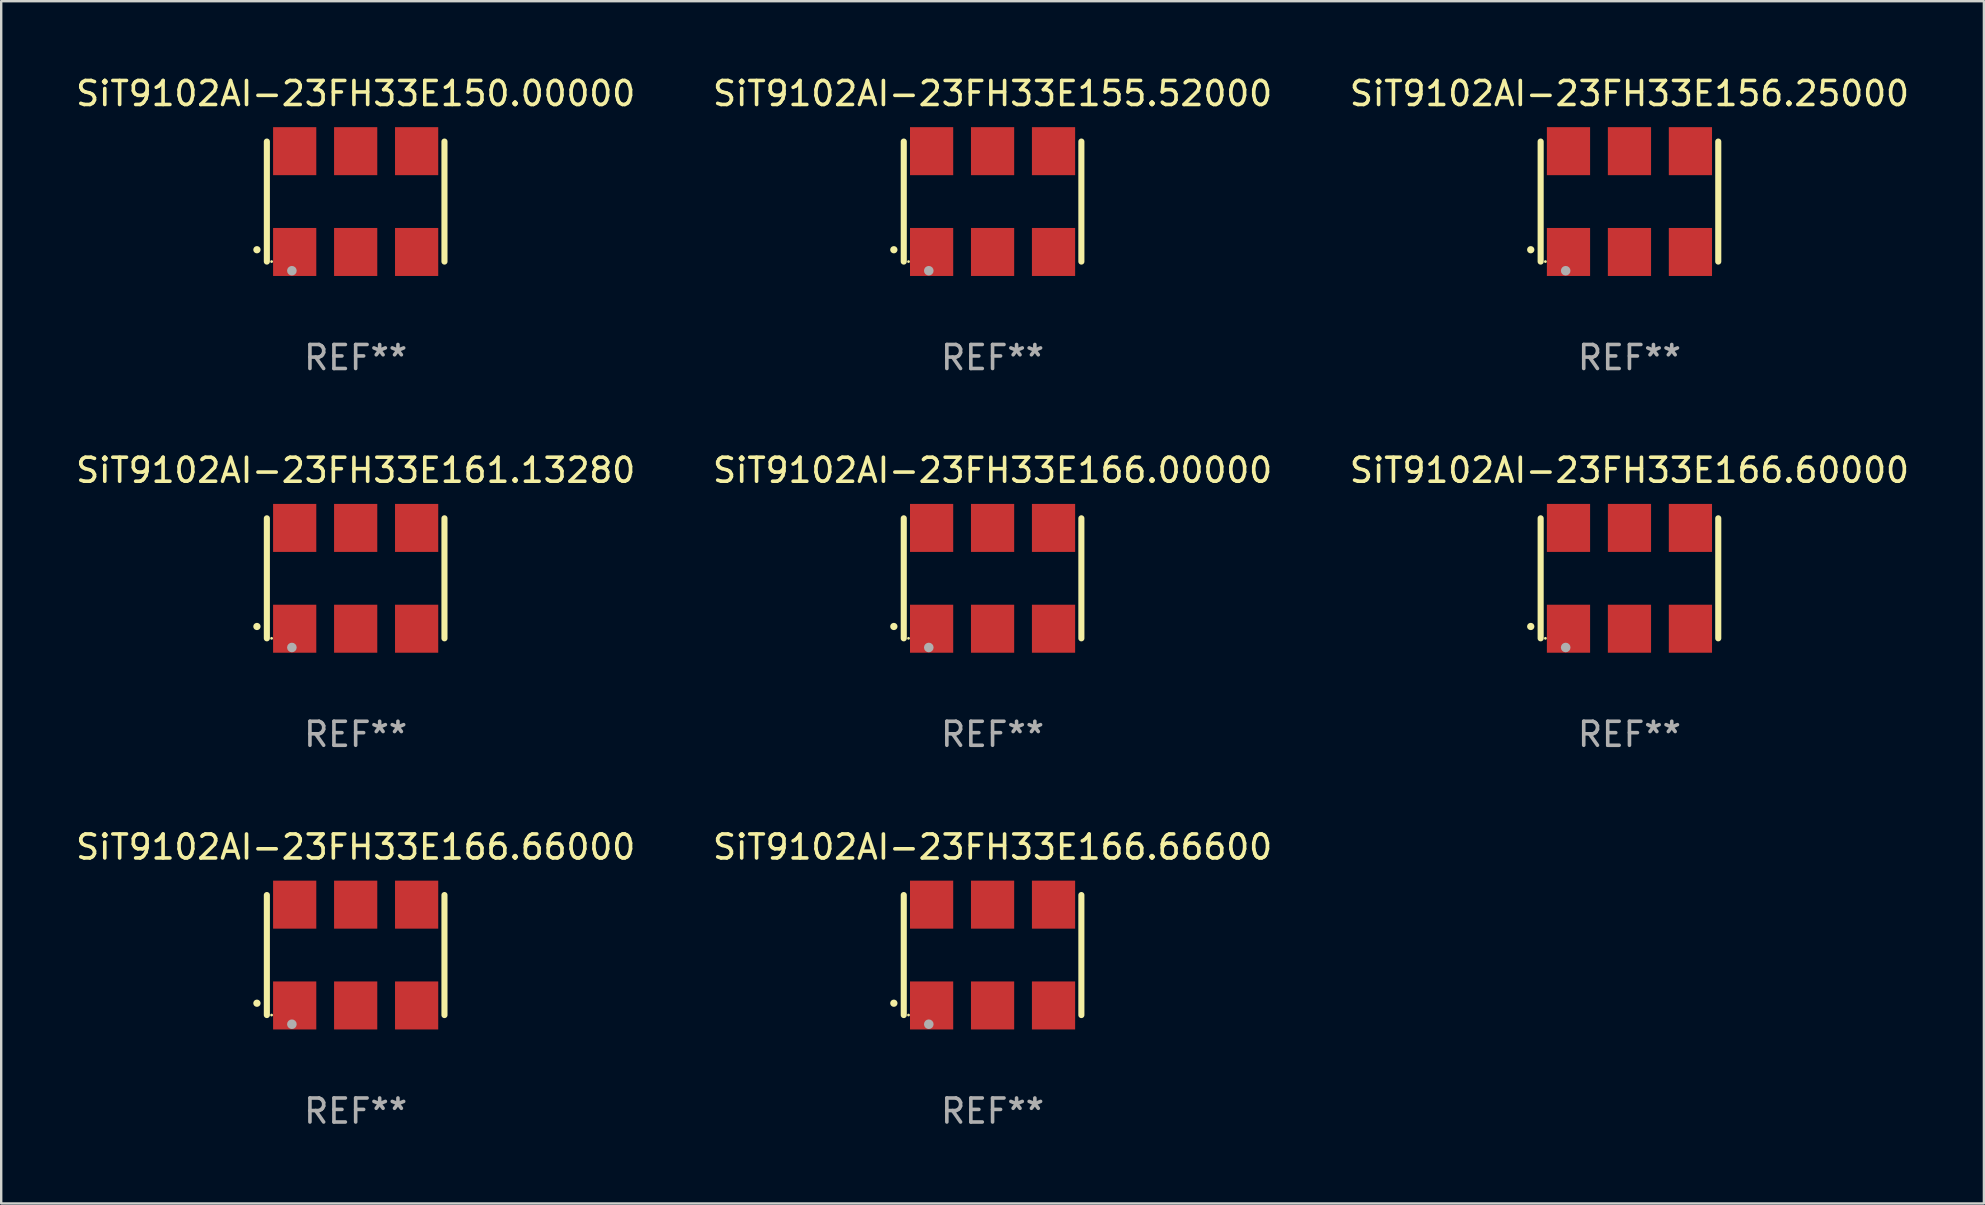
<source format=kicad_pcb>
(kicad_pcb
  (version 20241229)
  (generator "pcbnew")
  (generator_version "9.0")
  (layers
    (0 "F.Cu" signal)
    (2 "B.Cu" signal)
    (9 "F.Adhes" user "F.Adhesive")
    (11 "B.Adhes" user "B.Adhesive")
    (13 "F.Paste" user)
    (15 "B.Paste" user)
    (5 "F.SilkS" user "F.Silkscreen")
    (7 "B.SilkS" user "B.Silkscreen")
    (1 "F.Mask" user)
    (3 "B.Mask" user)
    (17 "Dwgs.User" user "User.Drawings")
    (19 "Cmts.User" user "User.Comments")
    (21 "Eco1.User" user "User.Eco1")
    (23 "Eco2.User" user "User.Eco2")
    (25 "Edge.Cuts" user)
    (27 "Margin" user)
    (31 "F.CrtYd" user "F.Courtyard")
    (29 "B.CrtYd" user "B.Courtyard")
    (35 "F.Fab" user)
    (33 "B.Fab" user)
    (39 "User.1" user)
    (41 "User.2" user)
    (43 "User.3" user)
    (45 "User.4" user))
  (footprint "SiT9102AI-23FH33E156.25000"
    (layer "F.Cu")
    (at 64.839 5.348)
    (property "Reference" "SiT9102AI-23FH33E156.25000" (at 0 -4.5 0) (layer "F.SilkS") (effects (font (size 1 1) (thickness 0.15))))
    (attr through_hole)
    (fp_line (start -3.7 -2.5) (end -3.7 2.5) (stroke (width 0.254) (type solid)) (layer "F.SilkS"))
    (fp_line (start 3.7 -2.5) (end 3.7 2.5) (stroke (width 0.254) (type solid)) (layer "F.SilkS"))
    (fp_arc (start -4.114415 2.006604) (mid -4.113145 2.006599) (end -4.111875 2.006604) (stroke (width 0.3) (type solid)) (layer "F.SilkS"))
    (fp_circle (center -3.502 2.5) (end -3.472 2.5) (stroke (width 0.06) (type solid)) (fill no) (layer "F.SilkS"))
    (fp_circle (center -2.657 2.882) (end -2.557 2.882) (stroke (width 0.2) (type solid)) (fill no) (layer "F.Fab"))
    (fp_text user "REF**" (at 0 6.5 0) (layer "F.Fab") (effects (font (size 1 1) (thickness 0.15))))
    (pad "1" smd rect (at -2.54 2.1) (size 1.8 2) (layers "F.Cu" "F.Mask" "F.Paste"))
    (pad "2" smd rect (at 0.000394 2.1) (size 1.8 2) (layers "F.Cu" "F.Mask" "F.Paste"))
    (pad "3" smd rect (at 2.54 2.1) (size 1.8 2) (layers "F.Cu" "F.Mask" "F.Paste"))
    (pad "4" smd rect (at 2.54 -2.1) (size 1.8 2) (layers "F.Cu" "F.Mask" "F.Paste"))
    (pad "5" smd rect (at 0.000394 -2.1) (size 1.8 2) (layers "F.Cu" "F.Mask" "F.Paste"))
    (pad "6" smd rect (at -2.54 -2.1) (size 1.8 2) (layers "F.Cu" "F.Mask" "F.Paste")))
  (footprint "SiT9102AI-23FH33E150.00000"
    (layer "F.Cu")
    (at 11.768 5.348)
    (property "Reference" "SiT9102AI-23FH33E150.00000" (at 0 -4.5 0) (layer "F.SilkS") (effects (font (size 1 1) (thickness 0.15))))
    (attr through_hole)
    (fp_line (start -3.7 -2.5) (end -3.7 2.5) (stroke (width 0.254) (type solid)) (layer "F.SilkS"))
    (fp_line (start 3.7 -2.5) (end 3.7 2.5) (stroke (width 0.254) (type solid)) (layer "F.SilkS"))
    (fp_arc (start -4.114415 2.006604) (mid -4.113145 2.006599) (end -4.111875 2.006604) (stroke (width 0.3) (type solid)) (layer "F.SilkS"))
    (fp_circle (center -3.502 2.5) (end -3.472 2.5) (stroke (width 0.06) (type solid)) (fill no) (layer "F.SilkS"))
    (fp_circle (center -2.657 2.882) (end -2.557 2.882) (stroke (width 0.2) (type solid)) (fill no) (layer "F.Fab"))
    (fp_text user "REF**" (at 0 6.5 0) (layer "F.Fab") (effects (font (size 1 1) (thickness 0.15))))
    (pad "1" smd rect (at -2.54 2.1) (size 1.8 2) (layers "F.Cu" "F.Mask" "F.Paste"))
    (pad "2" smd rect (at 0.000394 2.1) (size 1.8 2) (layers "F.Cu" "F.Mask" "F.Paste"))
    (pad "3" smd rect (at 2.54 2.1) (size 1.8 2) (layers "F.Cu" "F.Mask" "F.Paste"))
    (pad "4" smd rect (at 2.54 -2.1) (size 1.8 2) (layers "F.Cu" "F.Mask" "F.Paste"))
    (pad "5" smd rect (at 0.000394 -2.1) (size 1.8 2) (layers "F.Cu" "F.Mask" "F.Paste"))
    (pad "6" smd rect (at -2.54 -2.1) (size 1.8 2) (layers "F.Cu" "F.Mask" "F.Paste")))
  (footprint "SiT9102AI-23FH33E161.13280"
    (layer "F.Cu")
    (at 11.768 21.045)
    (property "Reference" "SiT9102AI-23FH33E161.13280" (at 0 -4.5 0) (layer "F.SilkS") (effects (font (size 1 1) (thickness 0.15))))
    (attr through_hole)
    (fp_line (start -3.7 -2.5) (end -3.7 2.5) (stroke (width 0.254) (type solid)) (layer "F.SilkS"))
    (fp_line (start 3.7 -2.5) (end 3.7 2.5) (stroke (width 0.254) (type solid)) (layer "F.SilkS"))
    (fp_arc (start -4.114415 2.006604) (mid -4.113145 2.006599) (end -4.111875 2.006604) (stroke (width 0.3) (type solid)) (layer "F.SilkS"))
    (fp_circle (center -3.502 2.5) (end -3.472 2.5) (stroke (width 0.06) (type solid)) (fill no) (layer "F.SilkS"))
    (fp_circle (center -2.657 2.882) (end -2.557 2.882) (stroke (width 0.2) (type solid)) (fill no) (layer "F.Fab"))
    (fp_text user "REF**" (at 0 6.5 0) (layer "F.Fab") (effects (font (size 1 1) (thickness 0.15))))
    (pad "1" smd rect (at -2.54 2.1) (size 1.8 2) (layers "F.Cu" "F.Mask" "F.Paste"))
    (pad "2" smd rect (at 0.000394 2.1) (size 1.8 2) (layers "F.Cu" "F.Mask" "F.Paste"))
    (pad "3" smd rect (at 2.54 2.1) (size 1.8 2) (layers "F.Cu" "F.Mask" "F.Paste"))
    (pad "4" smd rect (at 2.54 -2.1) (size 1.8 2) (layers "F.Cu" "F.Mask" "F.Paste"))
    (pad "5" smd rect (at 0.000394 -2.1) (size 1.8 2) (layers "F.Cu" "F.Mask" "F.Paste"))
    (pad "6" smd rect (at -2.54 -2.1) (size 1.8 2) (layers "F.Cu" "F.Mask" "F.Paste")))
  (footprint "SiT9102AI-23FH33E166.66600"
    (layer "F.Cu")
    (at 38.304 36.741)
    (property "Reference" "SiT9102AI-23FH33E166.66600" (at 0 -4.5 0) (layer "F.SilkS") (effects (font (size 1 1) (thickness 0.15))))
    (attr through_hole)
    (fp_line (start -3.7 -2.5) (end -3.7 2.5) (stroke (width 0.254) (type solid)) (layer "F.SilkS"))
    (fp_line (start 3.7 -2.5) (end 3.7 2.5) (stroke (width 0.254) (type solid)) (layer "F.SilkS"))
    (fp_arc (start -4.114415 2.006604) (mid -4.113145 2.006599) (end -4.111875 2.006604) (stroke (width 0.3) (type solid)) (layer "F.SilkS"))
    (fp_circle (center -3.502 2.5) (end -3.472 2.5) (stroke (width 0.06) (type solid)) (fill no) (layer "F.SilkS"))
    (fp_circle (center -2.657 2.882) (end -2.557 2.882) (stroke (width 0.2) (type solid)) (fill no) (layer "F.Fab"))
    (fp_text user "REF**" (at 0 6.5 0) (layer "F.Fab") (effects (font (size 1 1) (thickness 0.15))))
    (pad "1" smd rect (at -2.54 2.1) (size 1.8 2) (layers "F.Cu" "F.Mask" "F.Paste"))
    (pad "2" smd rect (at 0.000394 2.1) (size 1.8 2) (layers "F.Cu" "F.Mask" "F.Paste"))
    (pad "3" smd rect (at 2.54 2.1) (size 1.8 2) (layers "F.Cu" "F.Mask" "F.Paste"))
    (pad "4" smd rect (at 2.54 -2.1) (size 1.8 2) (layers "F.Cu" "F.Mask" "F.Paste"))
    (pad "5" smd rect (at 0.000394 -2.1) (size 1.8 2) (layers "F.Cu" "F.Mask" "F.Paste"))
    (pad "6" smd rect (at -2.54 -2.1) (size 1.8 2) (layers "F.Cu" "F.Mask" "F.Paste")))
  (footprint "SiT9102AI-23FH33E166.60000"
    (layer "F.Cu")
    (at 64.839 21.045)
    (property "Reference" "SiT9102AI-23FH33E166.60000" (at 0 -4.5 0) (layer "F.SilkS") (effects (font (size 1 1) (thickness 0.15))))
    (attr through_hole)
    (fp_line (start -3.7 -2.5) (end -3.7 2.5) (stroke (width 0.254) (type solid)) (layer "F.SilkS"))
    (fp_line (start 3.7 -2.5) (end 3.7 2.5) (stroke (width 0.254) (type solid)) (layer "F.SilkS"))
    (fp_arc (start -4.114415 2.006604) (mid -4.113145 2.006599) (end -4.111875 2.006604) (stroke (width 0.3) (type solid)) (layer "F.SilkS"))
    (fp_circle (center -3.502 2.5) (end -3.472 2.5) (stroke (width 0.06) (type solid)) (fill no) (layer "F.SilkS"))
    (fp_circle (center -2.657 2.882) (end -2.557 2.882) (stroke (width 0.2) (type solid)) (fill no) (layer "F.Fab"))
    (fp_text user "REF**" (at 0 6.5 0) (layer "F.Fab") (effects (font (size 1 1) (thickness 0.15))))
    (pad "1" smd rect (at -2.54 2.1) (size 1.8 2) (layers "F.Cu" "F.Mask" "F.Paste"))
    (pad "2" smd rect (at 0.000394 2.1) (size 1.8 2) (layers "F.Cu" "F.Mask" "F.Paste"))
    (pad "3" smd rect (at 2.54 2.1) (size 1.8 2) (layers "F.Cu" "F.Mask" "F.Paste"))
    (pad "4" smd rect (at 2.54 -2.1) (size 1.8 2) (layers "F.Cu" "F.Mask" "F.Paste"))
    (pad "5" smd rect (at 0.000394 -2.1) (size 1.8 2) (layers "F.Cu" "F.Mask" "F.Paste"))
    (pad "6" smd rect (at -2.54 -2.1) (size 1.8 2) (layers "F.Cu" "F.Mask" "F.Paste")))
  (footprint "SiT9102AI-23FH33E155.52000"
    (layer "F.Cu")
    (at 38.304 5.348)
    (property "Reference" "SiT9102AI-23FH33E155.52000" (at 0 -4.5 0) (layer "F.SilkS") (effects (font (size 1 1) (thickness 0.15))))
    (attr through_hole)
    (fp_line (start -3.7 -2.5) (end -3.7 2.5) (stroke (width 0.254) (type solid)) (layer "F.SilkS"))
    (fp_line (start 3.7 -2.5) (end 3.7 2.5) (stroke (width 0.254) (type solid)) (layer "F.SilkS"))
    (fp_arc (start -4.114415 2.006604) (mid -4.113145 2.006599) (end -4.111875 2.006604) (stroke (width 0.3) (type solid)) (layer "F.SilkS"))
    (fp_circle (center -3.502 2.5) (end -3.472 2.5) (stroke (width 0.06) (type solid)) (fill no) (layer "F.SilkS"))
    (fp_circle (center -2.657 2.882) (end -2.557 2.882) (stroke (width 0.2) (type solid)) (fill no) (layer "F.Fab"))
    (fp_text user "REF**" (at 0 6.5 0) (layer "F.Fab") (effects (font (size 1 1) (thickness 0.15))))
    (pad "1" smd rect (at -2.54 2.1) (size 1.8 2) (layers "F.Cu" "F.Mask" "F.Paste"))
    (pad "2" smd rect (at 0.000394 2.1) (size 1.8 2) (layers "F.Cu" "F.Mask" "F.Paste"))
    (pad "3" smd rect (at 2.54 2.1) (size 1.8 2) (layers "F.Cu" "F.Mask" "F.Paste"))
    (pad "4" smd rect (at 2.54 -2.1) (size 1.8 2) (layers "F.Cu" "F.Mask" "F.Paste"))
    (pad "5" smd rect (at 0.000394 -2.1) (size 1.8 2) (layers "F.Cu" "F.Mask" "F.Paste"))
    (pad "6" smd rect (at -2.54 -2.1) (size 1.8 2) (layers "F.Cu" "F.Mask" "F.Paste")))
  (footprint "SiT9102AI-23FH33E166.66000"
    (layer "F.Cu")
    (at 11.768 36.741)
    (property "Reference" "SiT9102AI-23FH33E166.66000" (at 0 -4.5 0) (layer "F.SilkS") (effects (font (size 1 1) (thickness 0.15))))
    (attr through_hole)
    (fp_line (start -3.7 -2.5) (end -3.7 2.5) (stroke (width 0.254) (type solid)) (layer "F.SilkS"))
    (fp_line (start 3.7 -2.5) (end 3.7 2.5) (stroke (width 0.254) (type solid)) (layer "F.SilkS"))
    (fp_arc (start -4.114415 2.006604) (mid -4.113145 2.006599) (end -4.111875 2.006604) (stroke (width 0.3) (type solid)) (layer "F.SilkS"))
    (fp_circle (center -3.502 2.5) (end -3.472 2.5) (stroke (width 0.06) (type solid)) (fill no) (layer "F.SilkS"))
    (fp_circle (center -2.657 2.882) (end -2.557 2.882) (stroke (width 0.2) (type solid)) (fill no) (layer "F.Fab"))
    (fp_text user "REF**" (at 0 6.5 0) (layer "F.Fab") (effects (font (size 1 1) (thickness 0.15))))
    (pad "1" smd rect (at -2.54 2.1) (size 1.8 2) (layers "F.Cu" "F.Mask" "F.Paste"))
    (pad "2" smd rect (at 0.000394 2.1) (size 1.8 2) (layers "F.Cu" "F.Mask" "F.Paste"))
    (pad "3" smd rect (at 2.54 2.1) (size 1.8 2) (layers "F.Cu" "F.Mask" "F.Paste"))
    (pad "4" smd rect (at 2.54 -2.1) (size 1.8 2) (layers "F.Cu" "F.Mask" "F.Paste"))
    (pad "5" smd rect (at 0.000394 -2.1) (size 1.8 2) (layers "F.Cu" "F.Mask" "F.Paste"))
    (pad "6" smd rect (at -2.54 -2.1) (size 1.8 2) (layers "F.Cu" "F.Mask" "F.Paste")))
  (footprint "SiT9102AI-23FH33E166.00000"
    (layer "F.Cu")
    (at 38.304 21.045)
    (property "Reference" "SiT9102AI-23FH33E166.00000" (at 0 -4.5 0) (layer "F.SilkS") (effects (font (size 1 1) (thickness 0.15))))
    (attr through_hole)
    (fp_line (start -3.7 -2.5) (end -3.7 2.5) (stroke (width 0.254) (type solid)) (layer "F.SilkS"))
    (fp_line (start 3.7 -2.5) (end 3.7 2.5) (stroke (width 0.254) (type solid)) (layer "F.SilkS"))
    (fp_arc (start -4.114415 2.006604) (mid -4.113145 2.006599) (end -4.111875 2.006604) (stroke (width 0.3) (type solid)) (layer "F.SilkS"))
    (fp_circle (center -3.502 2.5) (end -3.472 2.5) (stroke (width 0.06) (type solid)) (fill no) (layer "F.SilkS"))
    (fp_circle (center -2.657 2.882) (end -2.557 2.882) (stroke (width 0.2) (type solid)) (fill no) (layer "F.Fab"))
    (fp_text user "REF**" (at 0 6.5 0) (layer "F.Fab") (effects (font (size 1 1) (thickness 0.15))))
    (pad "1" smd rect (at -2.54 2.1) (size 1.8 2) (layers "F.Cu" "F.Mask" "F.Paste"))
    (pad "2" smd rect (at 0.000394 2.1) (size 1.8 2) (layers "F.Cu" "F.Mask" "F.Paste"))
    (pad "3" smd rect (at 2.54 2.1) (size 1.8 2) (layers "F.Cu" "F.Mask" "F.Paste"))
    (pad "4" smd rect (at 2.54 -2.1) (size 1.8 2) (layers "F.Cu" "F.Mask" "F.Paste"))
    (pad "5" smd rect (at 0.000394 -2.1) (size 1.8 2) (layers "F.Cu" "F.Mask" "F.Paste"))
    (pad "6" smd rect (at -2.54 -2.1) (size 1.8 2) (layers "F.Cu" "F.Mask" "F.Paste")))
  (gr_rect
    (start -3 -3)
    (end 79.607 47.09)
    (stroke (width 0.1) (type default))
    (fill no)
    (layer "Edge.Cuts")))
</source>
